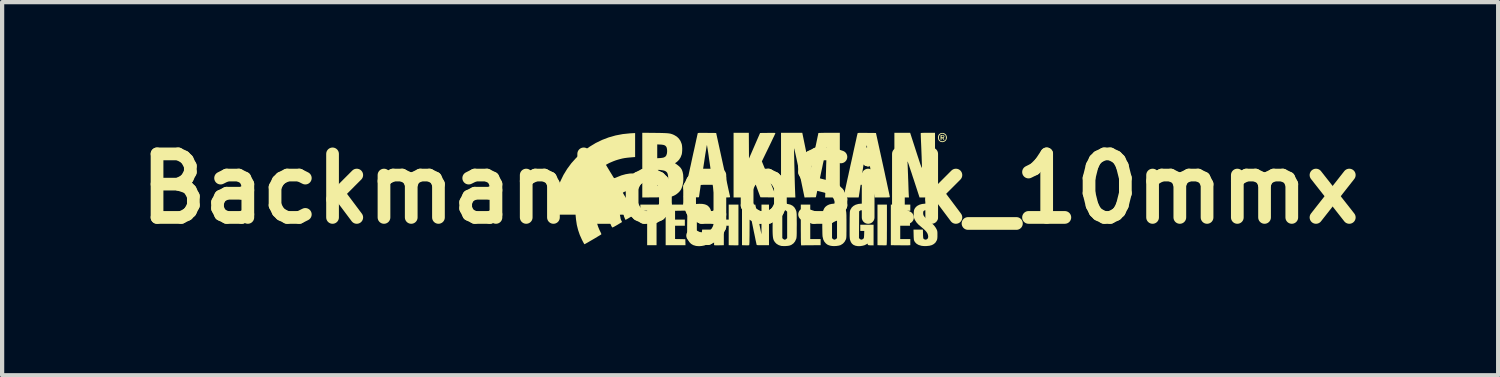
<source format=kicad_pcb>
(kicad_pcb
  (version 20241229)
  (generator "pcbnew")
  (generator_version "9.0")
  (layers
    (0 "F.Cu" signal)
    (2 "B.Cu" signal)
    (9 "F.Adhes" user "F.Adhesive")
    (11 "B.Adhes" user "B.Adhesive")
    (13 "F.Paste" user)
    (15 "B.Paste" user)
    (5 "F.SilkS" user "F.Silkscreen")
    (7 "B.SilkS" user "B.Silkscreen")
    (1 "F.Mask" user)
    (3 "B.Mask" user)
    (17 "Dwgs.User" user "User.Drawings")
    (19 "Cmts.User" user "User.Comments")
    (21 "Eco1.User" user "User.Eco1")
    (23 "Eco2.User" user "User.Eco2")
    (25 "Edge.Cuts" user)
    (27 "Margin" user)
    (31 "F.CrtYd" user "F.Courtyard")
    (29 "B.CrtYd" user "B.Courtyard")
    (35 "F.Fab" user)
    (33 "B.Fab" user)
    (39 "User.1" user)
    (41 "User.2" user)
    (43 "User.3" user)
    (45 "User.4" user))
  (footprint "BackmanLogoSilk_10mmx"
    (layer "F.Cu")
    (at 14.657 1.404)
    (property "Reference" "BackmanLogoSilk_10mmx" (at 0 0 0) (layer "F.SilkS") (effects (font (size 1.5 1.5) (thickness 0.3))))
    (attr board_only exclude_from_pos_files exclude_from_bom)
    (fp_poly (pts (xy -2.049 0.447) (xy -2.051 0.518) (xy -2.13 0.52) (xy -2.209 0.522) (xy -2.209 0.928) (xy -2.209 1.334) (xy -2.32 1.334) (xy -2.431 1.334) (xy -2.431 0.928) (xy -2.431 0.521) (xy -2.512 0.521) (xy -2.592 0.521) (xy -2.592 0.449) (xy -2.592 0.376) (xy -2.32 0.376) (xy -2.047 0.376)) (stroke (width 0) (type solid)) (fill yes) (layer "F.SilkS"))
    (fp_poly (pts (xy 3.229 0.854) (xy 3.229 0.956) (xy 3.228 1.043) (xy 3.228 1.117) (xy 3.228 1.178) (xy 3.227 1.228) (xy 3.226 1.267) (xy 3.225 1.296) (xy 3.223 1.317) (xy 3.222 1.329) (xy 3.22 1.335) (xy 3.219 1.336) (xy 3.208 1.336) (xy 3.185 1.337) (xy 3.153 1.337) (xy 3.115 1.336) (xy 3.108 1.336) (xy 3.006 1.334) (xy 3.006 0.855) (xy 3.006 0.376) (xy 3.117 0.376) (xy 3.229 0.376)) (stroke (width 0) (type solid)) (fill yes) (layer "F.SilkS"))
    (fp_poly (pts (xy -1.528 0.447) (xy -1.53 0.518) (xy -1.651 0.52) (xy -1.772 0.522) (xy -1.772 0.625) (xy -1.772 0.729) (xy -1.657 0.729) (xy -1.541 0.729) (xy -1.541 0.801) (xy -1.541 0.874) (xy -1.657 0.874) (xy -1.772 0.874) (xy -1.772 1.031) (xy -1.772 1.188) (xy -1.651 1.19) (xy -1.53 1.193) (xy -1.528 1.263) (xy -1.526 1.334) (xy -1.76 1.334) (xy -1.994 1.334) (xy -1.994 0.855) (xy -1.994 0.376) (xy -1.76 0.376) (xy -1.526 0.376)) (stroke (width 0) (type solid)) (fill yes) (layer "F.SilkS"))
    (fp_poly (pts (xy 1.419 0.782) (xy 1.419 1.189) (xy 1.541 1.189) (xy 1.664 1.189) (xy 1.664 1.262) (xy 1.664 1.334) (xy 1.451 1.335) (xy 1.395 1.335) (xy 1.344 1.336) (xy 1.299 1.336) (xy 1.264 1.337) (xy 1.239 1.337) (xy 1.227 1.338) (xy 1.227 1.338) (xy 1.21 1.338) (xy 1.206 1.337) (xy 1.204 1.333) (xy 1.202 1.322) (xy 1.201 1.304) (xy 1.199 1.278) (xy 1.198 1.242) (xy 1.198 1.196) (xy 1.197 1.139) (xy 1.197 1.069) (xy 1.196 0.986) (xy 1.196 0.889) (xy 1.196 0.854) (xy 1.196 0.376) (xy 1.308 0.376) (xy 1.419 0.376)) (stroke (width 0) (type solid)) (fill yes) (layer "F.SilkS"))
    (fp_poly (pts (xy 3.781 0.449) (xy 3.781 0.521) (xy 3.662 0.521) (xy 3.543 0.521) (xy 3.543 0.625) (xy 3.543 0.729) (xy 3.658 0.729) (xy 3.773 0.729) (xy 3.773 0.801) (xy 3.773 0.874) (xy 3.658 0.874) (xy 3.543 0.874) (xy 3.543 1.031) (xy 3.543 1.189) (xy 3.662 1.189) (xy 3.781 1.189) (xy 3.781 1.261) (xy 3.781 1.333) (xy 3.76 1.335) (xy 3.747 1.336) (xy 3.72 1.337) (xy 3.683 1.337) (xy 3.638 1.337) (xy 3.586 1.337) (xy 3.53 1.336) (xy 3.321 1.334) (xy 3.321 0.855) (xy 3.321 0.376) (xy 3.551 0.376) (xy 3.781 0.376)) (stroke (width 0) (type solid)) (fill yes) (layer "F.SilkS"))
    (fp_poly (pts (xy -0.621 0.552) (xy -0.621 0.729) (xy -0.564 0.729) (xy -0.506 0.729) (xy -0.506 0.552) (xy -0.506 0.376) (xy -0.391 0.376) (xy -0.276 0.376) (xy -0.276 0.855) (xy -0.276 1.333) (xy -0.293 1.336) (xy -0.307 1.337) (xy -0.333 1.337) (xy -0.367 1.337) (xy -0.406 1.336) (xy -0.408 1.336) (xy -0.506 1.334) (xy -0.506 1.104) (xy -0.506 0.874) (xy -0.564 0.874) (xy -0.621 0.874) (xy -0.621 1.104) (xy -0.621 1.334) (xy -0.711 1.336) (xy -0.75 1.337) (xy -0.785 1.337) (xy -0.812 1.337) (xy -0.826 1.336) (xy -0.851 1.333) (xy -0.851 0.855) (xy -0.851 0.376) (xy -0.736 0.376) (xy -0.621 0.376)) (stroke (width 0) (type solid)) (fill yes) (layer "F.SilkS"))
    (fp_poly (pts (xy 4.555 -1.264) (xy 4.572 -1.259) (xy 4.577 -1.256) (xy 4.585 -1.239) (xy 4.584 -1.22) (xy 4.574 -1.206) (xy 4.573 -1.205) (xy 4.565 -1.198) (xy 4.565 -1.189) (xy 4.571 -1.176) (xy 4.579 -1.159) (xy 4.585 -1.148) (xy 4.585 -1.148) (xy 4.582 -1.143) (xy 4.579 -1.143) (xy 4.57 -1.149) (xy 4.558 -1.163) (xy 4.554 -1.169) (xy 4.538 -1.19) (xy 4.526 -1.195) (xy 4.519 -1.187) (xy 4.517 -1.17) (xy 4.515 -1.149) (xy 4.508 -1.143) (xy 4.499 -1.148) (xy 4.497 -1.157) (xy 4.495 -1.178) (xy 4.494 -1.206) (xy 4.494 -1.209) (xy 4.494 -1.231) (xy 4.517 -1.231) (xy 4.52 -1.216) (xy 4.533 -1.212) (xy 4.535 -1.212) (xy 4.554 -1.216) (xy 4.563 -1.223) (xy 4.569 -1.237) (xy 4.56 -1.246) (xy 4.54 -1.25) (xy 4.54 -1.25) (xy 4.523 -1.248) (xy 4.518 -1.239) (xy 4.517 -1.231) (xy 4.494 -1.231) (xy 4.494 -1.265) (xy 4.531 -1.265)) (stroke (width 0) (type solid)) (fill yes) (layer "F.SilkS"))
    (fp_poly (pts (xy 4.564 -1.314) (xy 4.597 -1.3) (xy 4.623 -1.276) (xy 4.64 -1.243) (xy 4.645 -1.205) (xy 4.645 -1.197) (xy 4.634 -1.159) (xy 4.612 -1.128) (xy 4.582 -1.108) (xy 4.547 -1.098) (xy 4.509 -1.102) (xy 4.487 -1.11) (xy 4.458 -1.132) (xy 4.439 -1.165) (xy 4.435 -1.192) (xy 4.457 -1.192) (xy 4.467 -1.158) (xy 4.483 -1.136) (xy 4.504 -1.124) (xy 4.534 -1.12) (xy 4.538 -1.12) (xy 4.565 -1.123) (xy 4.587 -1.135) (xy 4.596 -1.142) (xy 4.61 -1.157) (xy 4.618 -1.171) (xy 4.62 -1.191) (xy 4.621 -1.207) (xy 4.619 -1.234) (xy 4.614 -1.252) (xy 4.603 -1.267) (xy 4.601 -1.269) (xy 4.572 -1.289) (xy 4.541 -1.298) (xy 4.51 -1.294) (xy 4.484 -1.279) (xy 4.471 -1.263) (xy 4.458 -1.229) (xy 4.457 -1.192) (xy 4.435 -1.192) (xy 4.433 -1.207) (xy 4.433 -1.208) (xy 4.439 -1.25) (xy 4.457 -1.282) (xy 4.487 -1.306) (xy 4.49 -1.307) (xy 4.528 -1.317)) (stroke (width 0) (type solid)) (fill yes) (layer "F.SilkS"))
    (fp_poly (pts (xy 0.131 0.42) (xy 0.134 0.437) (xy 0.141 0.467) (xy 0.149 0.509) (xy 0.16 0.56) (xy 0.172 0.618) (xy 0.185 0.682) (xy 0.199 0.75) (xy 0.204 0.771) (xy 0.267 1.078) (xy 0.268 0.727) (xy 0.268 0.376) (xy 0.357 0.376) (xy 0.445 0.376) (xy 0.445 0.855) (xy 0.445 1.334) (xy 0.3 1.334) (xy 0.25 1.334) (xy 0.212 1.334) (xy 0.186 1.333) (xy 0.169 1.332) (xy 0.159 1.329) (xy 0.154 1.325) (xy 0.152 1.32) (xy 0.151 1.317) (xy 0.149 1.306) (xy 0.144 1.282) (xy 0.136 1.246) (xy 0.126 1.199) (xy 0.115 1.143) (xy 0.102 1.08) (xy 0.087 1.01) (xy 0.072 0.936) (xy 0.068 0.916) (xy -0.012 0.533) (xy -0.013 0.933) (xy -0.014 1.022) (xy -0.014 1.096) (xy -0.015 1.158) (xy -0.016 1.208) (xy -0.016 1.248) (xy -0.017 1.278) (xy -0.019 1.3) (xy -0.02 1.316) (xy -0.022 1.326) (xy -0.024 1.332) (xy -0.027 1.335) (xy -0.029 1.335) (xy -0.042 1.336) (xy -0.066 1.337) (xy -0.098 1.337) (xy -0.117 1.336) (xy -0.192 1.334) (xy -0.192 0.855) (xy -0.192 0.376) (xy -0.035 0.376) (xy 0.122 0.376)) (stroke (width 0) (type solid)) (fill yes) (layer "F.SilkS"))
    (fp_poly (pts (xy -0.029 -1.016) (xy -0.027 -0.712) (xy 0.104 -1.014) (xy 0.235 -1.315) (xy 0.417 -1.317) (xy 0.474 -1.318) (xy 0.518 -1.318) (xy 0.55 -1.318) (xy 0.572 -1.317) (xy 0.586 -1.316) (xy 0.593 -1.313) (xy 0.596 -1.31) (xy 0.595 -1.306) (xy 0.595 -1.305) (xy 0.59 -1.295) (xy 0.58 -1.273) (xy 0.565 -1.24) (xy 0.544 -1.198) (xy 0.52 -1.147) (xy 0.493 -1.09) (xy 0.463 -1.028) (xy 0.434 -0.968) (xy 0.277 -0.645) (xy 0.449 -0.222) (xy 0.48 -0.146) (xy 0.509 -0.074) (xy 0.536 -0.008) (xy 0.56 0.052) (xy 0.581 0.103) (xy 0.598 0.145) (xy 0.611 0.177) (xy 0.619 0.197) (xy 0.621 0.204) (xy 0.614 0.205) (xy 0.593 0.205) (xy 0.561 0.206) (xy 0.521 0.206) (xy 0.473 0.206) (xy 0.432 0.205) (xy 0.243 0.203) (xy 0.147 -0.056) (xy 0.124 -0.115) (xy 0.104 -0.17) (xy 0.085 -0.218) (xy 0.07 -0.258) (xy 0.058 -0.289) (xy 0.05 -0.308) (xy 0.046 -0.314) (xy 0.041 -0.308) (xy 0.031 -0.291) (xy 0.017 -0.265) (xy 0.005 -0.243) (xy -0.031 -0.173) (xy -0.031 0.017) (xy -0.031 0.207) (xy -0.211 0.207) (xy -0.391 0.207) (xy -0.391 -0.556) (xy -0.391 -1.319) (xy -0.211 -1.319) (xy -0.031 -1.319)) (stroke (width 0) (type solid)) (fill yes) (layer "F.SilkS"))
    (fp_poly (pts (xy 4.364 -0.556) (xy 4.364 0.207) (xy 4.181 0.207) (xy 3.999 0.207) (xy 3.862 -0.213) (xy 3.836 -0.29) (xy 3.813 -0.363) (xy 3.79 -0.43) (xy 3.77 -0.49) (xy 3.753 -0.542) (xy 3.739 -0.584) (xy 3.728 -0.615) (xy 3.721 -0.634) (xy 3.718 -0.64) (xy 3.715 -0.637) (xy 3.715 -0.622) (xy 3.716 -0.602) (xy 3.717 -0.584) (xy 3.718 -0.554) (xy 3.72 -0.511) (xy 3.722 -0.459) (xy 3.724 -0.399) (xy 3.727 -0.332) (xy 3.729 -0.261) (xy 3.731 -0.215) (xy 3.734 -0.142) (xy 3.736 -0.073) (xy 3.738 -0.009) (xy 3.74 0.047) (xy 3.742 0.095) (xy 3.744 0.133) (xy 3.745 0.158) (xy 3.746 0.167) (xy 3.749 0.207) (xy 3.577 0.207) (xy 3.405 0.207) (xy 3.405 -0.556) (xy 3.405 -1.319) (xy 3.591 -1.319) (xy 3.777 -1.319) (xy 3.915 -0.892) (xy 3.944 -0.802) (xy 3.969 -0.726) (xy 3.99 -0.662) (xy 4.007 -0.61) (xy 4.021 -0.569) (xy 4.033 -0.538) (xy 4.041 -0.516) (xy 4.047 -0.502) (xy 4.051 -0.495) (xy 4.054 -0.494) (xy 4.055 -0.498) (xy 4.055 -0.501) (xy 4.056 -0.515) (xy 4.055 -0.543) (xy 4.054 -0.583) (xy 4.052 -0.634) (xy 4.05 -0.693) (xy 4.048 -0.76) (xy 4.045 -0.831) (xy 4.042 -0.907) (xy 4.042 -0.913) (xy 4.039 -0.988) (xy 4.036 -1.058) (xy 4.033 -1.123) (xy 4.031 -1.18) (xy 4.029 -1.229) (xy 4.028 -1.266) (xy 4.027 -1.292) (xy 4.026 -1.304) (xy 4.026 -1.305) (xy 4.027 -1.309) (xy 4.03 -1.313) (xy 4.039 -1.315) (xy 4.053 -1.317) (xy 4.076 -1.318) (xy 4.109 -1.319) (xy 4.154 -1.319) (xy 4.195 -1.319) (xy 4.364 -1.319)) (stroke (width 0) (type solid)) (fill yes) (layer "F.SilkS"))
    (fp_poly (pts (xy 2.037 0.356) (xy 2.094 0.367) (xy 2.146 0.386) (xy 2.191 0.413) (xy 2.225 0.448) (xy 2.227 0.451) (xy 2.238 0.467) (xy 2.247 0.482) (xy 2.255 0.498) (xy 2.261 0.515) (xy 2.265 0.535) (xy 2.269 0.56) (xy 2.271 0.592) (xy 2.273 0.632) (xy 2.273 0.682) (xy 2.274 0.744) (xy 2.274 0.818) (xy 2.274 0.855) (xy 2.274 0.932) (xy 2.274 0.995) (xy 2.273 1.046) (xy 2.273 1.086) (xy 2.272 1.117) (xy 2.271 1.141) (xy 2.269 1.16) (xy 2.267 1.174) (xy 2.264 1.186) (xy 2.26 1.197) (xy 2.256 1.206) (xy 2.229 1.255) (xy 2.19 1.297) (xy 2.143 1.327) (xy 2.126 1.335) (xy 2.087 1.345) (xy 2.038 1.352) (xy 1.987 1.355) (xy 1.939 1.353) (xy 1.899 1.347) (xy 1.898 1.347) (xy 1.861 1.336) (xy 1.833 1.325) (xy 1.811 1.311) (xy 1.788 1.292) (xy 1.784 1.288) (xy 1.751 1.249) (xy 1.727 1.2) (xy 1.712 1.139) (xy 1.71 1.13) (xy 1.708 1.105) (xy 1.706 1.068) (xy 1.705 1.02) (xy 1.704 0.965) (xy 1.703 0.905) (xy 1.703 0.843) (xy 1.703 0.782) (xy 1.704 0.723) (xy 1.705 0.671) (xy 1.707 0.627) (xy 1.709 0.594) (xy 1.71 0.58) (xy 1.719 0.544) (xy 1.933 0.544) (xy 1.933 0.855) (xy 1.933 1.166) (xy 1.951 1.185) (xy 1.976 1.201) (xy 2.002 1.202) (xy 2.028 1.187) (xy 2.03 1.186) (xy 2.051 1.167) (xy 2.051 0.855) (xy 2.051 0.543) (xy 2.03 0.525) (xy 2.003 0.509) (xy 1.977 0.509) (xy 1.953 0.524) (xy 1.951 0.525) (xy 1.933 0.544) (xy 1.719 0.544) (xy 1.725 0.516) (xy 1.749 0.464) (xy 1.774 0.431) (xy 1.815 0.398) (xy 1.864 0.374) (xy 1.919 0.36) (xy 1.978 0.353)) (stroke (width 0) (type solid)) (fill yes) (layer "F.SilkS"))
    (fp_poly (pts (xy -1.131 0.359) (xy -1.081 0.367) (xy -1.04 0.38) (xy -1.005 0.399) (xy -0.991 0.411) (xy -0.961 0.443) (xy -0.938 0.481) (xy -0.923 0.528) (xy -0.915 0.586) (xy -0.913 0.649) (xy -0.913 0.713) (xy -1.028 0.713) (xy -1.143 0.713) (xy -1.143 0.629) (xy -1.143 0.591) (xy -1.144 0.566) (xy -1.146 0.549) (xy -1.151 0.538) (xy -1.158 0.528) (xy -1.162 0.525) (xy -1.18 0.512) (xy -1.2 0.506) (xy -1.2 0.506) (xy -1.219 0.511) (xy -1.238 0.524) (xy -1.239 0.525) (xy -1.258 0.544) (xy -1.258 0.855) (xy -1.258 1.166) (xy -1.239 1.185) (xy -1.22 1.198) (xy -1.201 1.204) (xy -1.2 1.204) (xy -1.181 1.199) (xy -1.162 1.186) (xy -1.162 1.185) (xy -1.15 1.17) (xy -1.144 1.152) (xy -1.143 1.125) (xy -1.142 1.096) (xy -1.14 1.059) (xy -1.138 1.025) (xy -1.133 0.966) (xy -1.022 0.966) (xy -0.911 0.966) (xy -0.915 1.068) (xy -0.918 1.126) (xy -0.923 1.171) (xy -0.93 1.202) (xy -0.931 1.205) (xy -0.954 1.249) (xy -0.988 1.289) (xy -1.028 1.319) (xy -1.035 1.323) (xy -1.083 1.341) (xy -1.141 1.352) (xy -1.203 1.357) (xy -1.264 1.353) (xy -1.286 1.349) (xy -1.345 1.331) (xy -1.395 1.301) (xy -1.434 1.261) (xy -1.456 1.225) (xy -1.464 1.204) (xy -1.471 1.182) (xy -1.477 1.156) (xy -1.481 1.125) (xy -1.484 1.087) (xy -1.486 1.04) (xy -1.487 0.984) (xy -1.487 0.915) (xy -1.486 0.833) (xy -1.486 0.819) (xy -1.485 0.746) (xy -1.484 0.688) (xy -1.483 0.641) (xy -1.482 0.605) (xy -1.48 0.577) (xy -1.478 0.556) (xy -1.475 0.539) (xy -1.472 0.526) (xy -1.469 0.518) (xy -1.444 0.465) (xy -1.411 0.423) (xy -1.37 0.392) (xy -1.318 0.371) (xy -1.256 0.36) (xy -1.193 0.357)) (stroke (width 0) (type solid)) (fill yes) (layer "F.SilkS"))
    (fp_poly (pts (xy 0.889 0.361) (xy 0.95 0.376) (xy 1 0.401) (xy 1.04 0.436) (xy 1.07 0.483) (xy 1.086 0.522) (xy 1.09 0.534) (xy 1.093 0.547) (xy 1.095 0.564) (xy 1.097 0.585) (xy 1.099 0.612) (xy 1.099 0.647) (xy 1.1 0.692) (xy 1.1 0.748) (xy 1.101 0.817) (xy 1.101 0.855) (xy 1.1 0.931) (xy 1.1 0.993) (xy 1.1 1.043) (xy 1.099 1.082) (xy 1.098 1.113) (xy 1.096 1.137) (xy 1.094 1.156) (xy 1.092 1.17) (xy 1.088 1.183) (xy 1.086 1.188) (xy 1.06 1.245) (xy 1.024 1.29) (xy 0.977 1.324) (xy 0.942 1.339) (xy 0.915 1.346) (xy 0.877 1.351) (xy 0.835 1.354) (xy 0.792 1.354) (xy 0.754 1.353) (xy 0.73 1.35) (xy 0.673 1.331) (xy 0.623 1.301) (xy 0.584 1.261) (xy 0.56 1.223) (xy 0.552 1.203) (xy 0.545 1.18) (xy 0.54 1.154) (xy 0.536 1.123) (xy 0.533 1.084) (xy 0.531 1.036) (xy 0.53 0.979) (xy 0.53 0.909) (xy 0.531 0.826) (xy 0.531 0.819) (xy 0.532 0.74) (xy 0.533 0.675) (xy 0.535 0.622) (xy 0.538 0.58) (xy 0.541 0.546) (xy 0.542 0.544) (xy 0.759 0.544) (xy 0.759 0.855) (xy 0.759 1.166) (xy 0.778 1.185) (xy 0.797 1.198) (xy 0.816 1.204) (xy 0.817 1.204) (xy 0.836 1.199) (xy 0.855 1.186) (xy 0.855 1.185) (xy 0.874 1.166) (xy 0.874 0.855) (xy 0.874 0.544) (xy 0.855 0.525) (xy 0.837 0.512) (xy 0.817 0.506) (xy 0.817 0.506) (xy 0.798 0.511) (xy 0.779 0.524) (xy 0.778 0.525) (xy 0.759 0.544) (xy 0.542 0.544) (xy 0.547 0.519) (xy 0.554 0.497) (xy 0.564 0.478) (xy 0.575 0.461) (xy 0.59 0.445) (xy 0.606 0.429) (xy 0.639 0.4) (xy 0.674 0.379) (xy 0.714 0.365) (xy 0.763 0.358) (xy 0.817 0.357)) (stroke (width 0) (type solid)) (fill yes) (layer "F.SilkS"))
    (fp_poly (pts (xy 2.688 0.357) (xy 2.748 0.369) (xy 2.8 0.39) (xy 2.843 0.419) (xy 2.849 0.425) (xy 2.872 0.451) (xy 2.888 0.48) (xy 2.9 0.514) (xy 2.907 0.556) (xy 2.912 0.61) (xy 2.912 0.627) (xy 2.916 0.721) (xy 2.805 0.721) (xy 2.694 0.721) (xy 2.69 0.632) (xy 2.689 0.593) (xy 2.687 0.567) (xy 2.684 0.55) (xy 2.679 0.538) (xy 2.672 0.53) (xy 2.666 0.524) (xy 2.639 0.509) (xy 2.613 0.509) (xy 2.591 0.521) (xy 2.573 0.535) (xy 2.571 0.851) (xy 2.569 1.166) (xy 2.588 1.185) (xy 2.612 1.201) (xy 2.638 1.202) (xy 2.665 1.187) (xy 2.666 1.186) (xy 2.676 1.177) (xy 2.682 1.168) (xy 2.686 1.154) (xy 2.688 1.134) (xy 2.69 1.104) (xy 2.691 1.082) (xy 2.694 0.997) (xy 2.647 0.997) (xy 2.6 0.997) (xy 2.6 0.924) (xy 2.6 0.851) (xy 2.757 0.851) (xy 2.914 0.851) (xy 2.914 1.095) (xy 2.914 1.338) (xy 2.853 1.337) (xy 2.818 1.336) (xy 2.795 1.333) (xy 2.783 1.328) (xy 2.777 1.32) (xy 2.776 1.311) (xy 2.775 1.3) (xy 2.771 1.297) (xy 2.759 1.303) (xy 2.74 1.315) (xy 2.699 1.335) (xy 2.649 1.348) (xy 2.595 1.356) (xy 2.542 1.356) (xy 2.494 1.348) (xy 2.488 1.347) (xy 2.44 1.327) (xy 2.405 1.299) (xy 2.379 1.262) (xy 2.36 1.214) (xy 2.358 1.206) (xy 2.355 1.192) (xy 2.353 1.176) (xy 2.351 1.155) (xy 2.349 1.128) (xy 2.348 1.094) (xy 2.348 1.051) (xy 2.348 0.998) (xy 2.348 0.933) (xy 2.348 0.854) (xy 2.348 0.846) (xy 2.349 0.768) (xy 2.349 0.705) (xy 2.35 0.653) (xy 2.351 0.612) (xy 2.352 0.58) (xy 2.353 0.556) (xy 2.355 0.538) (xy 2.358 0.524) (xy 2.361 0.513) (xy 2.364 0.503) (xy 2.368 0.495) (xy 2.398 0.445) (xy 2.439 0.407) (xy 2.49 0.379) (xy 2.552 0.361) (xy 2.558 0.36) (xy 2.624 0.353)) (stroke (width 0) (type solid)) (fill yes) (layer "F.SilkS"))
    (fp_poly (pts (xy 2.117 -0.556) (xy 2.117 0.207) (xy 1.943 0.207) (xy 1.77 0.207) (xy 1.775 0.094) (xy 1.776 0.063) (xy 1.777 0.019) (xy 1.779 -0.036) (xy 1.781 -0.1) (xy 1.784 -0.172) (xy 1.786 -0.248) (xy 1.788 -0.327) (xy 1.791 -0.406) (xy 1.793 -0.486) (xy 1.795 -0.564) (xy 1.798 -0.639) (xy 1.8 -0.709) (xy 1.802 -0.771) (xy 1.803 -0.824) (xy 1.805 -0.865) (xy 1.806 -0.893) (xy 1.806 -0.893) (xy 1.807 -0.929) (xy 1.807 -0.958) (xy 1.806 -0.977) (xy 1.805 -0.983) (xy 1.805 -0.982) (xy 1.802 -0.973) (xy 1.797 -0.95) (xy 1.789 -0.915) (xy 1.779 -0.868) (xy 1.767 -0.81) (xy 1.752 -0.744) (xy 1.737 -0.669) (xy 1.719 -0.588) (xy 1.701 -0.5) (xy 1.681 -0.409) (xy 1.676 -0.384) (xy 1.552 0.203) (xy 1.418 0.205) (xy 1.284 0.207) (xy 1.161 -0.387) (xy 1.137 -0.506) (xy 1.115 -0.611) (xy 1.096 -0.701) (xy 1.08 -0.776) (xy 1.066 -0.838) (xy 1.055 -0.886) (xy 1.047 -0.921) (xy 1.041 -0.942) (xy 1.038 -0.951) (xy 1.037 -0.949) (xy 1.036 -0.936) (xy 1.037 -0.909) (xy 1.037 -0.869) (xy 1.038 -0.82) (xy 1.039 -0.761) (xy 1.041 -0.694) (xy 1.042 -0.622) (xy 1.044 -0.546) (xy 1.046 -0.467) (xy 1.048 -0.386) (xy 1.05 -0.306) (xy 1.052 -0.228) (xy 1.054 -0.154) (xy 1.056 -0.085) (xy 1.058 -0.023) (xy 1.06 0.032) (xy 1.062 0.076) (xy 1.063 0.105) (xy 1.068 0.207) (xy 0.898 0.207) (xy 0.729 0.207) (xy 0.729 -0.556) (xy 0.729 -1.319) (xy 0.98 -1.319) (xy 1.231 -1.319) (xy 1.323 -0.871) (xy 1.339 -0.79) (xy 1.355 -0.715) (xy 1.37 -0.645) (xy 1.383 -0.583) (xy 1.395 -0.53) (xy 1.405 -0.486) (xy 1.412 -0.454) (xy 1.417 -0.434) (xy 1.42 -0.428) (xy 1.422 -0.436) (xy 1.427 -0.457) (xy 1.435 -0.49) (xy 1.444 -0.534) (xy 1.456 -0.586) (xy 1.468 -0.645) (xy 1.482 -0.709) (xy 1.497 -0.777) (xy 1.512 -0.847) (xy 1.528 -0.918) (xy 1.542 -0.987) (xy 1.557 -1.054) (xy 1.57 -1.117) (xy 1.582 -1.174) (xy 1.592 -1.223) (xy 1.601 -1.264) (xy 1.607 -1.293) (xy 1.61 -1.31) (xy 1.611 -1.314) (xy 1.618 -1.315) (xy 1.639 -1.316) (xy 1.671 -1.317) (xy 1.714 -1.318) (xy 1.765 -1.319) (xy 1.822 -1.319) (xy 1.864 -1.319) (xy 2.117 -1.319)) (stroke (width 0) (type solid)) (fill yes) (layer "F.SilkS"))
    (fp_poly (pts (xy 4.183 0.355) (xy 4.253 0.364) (xy 4.309 0.381) (xy 4.354 0.406) (xy 4.388 0.439) (xy 4.406 0.47) (xy 4.414 0.488) (xy 4.419 0.505) (xy 4.422 0.524) (xy 4.424 0.55) (xy 4.425 0.586) (xy 4.425 0.615) (xy 4.425 0.721) (xy 4.314 0.721) (xy 4.203 0.721) (xy 4.203 0.632) (xy 4.202 0.594) (xy 4.202 0.568) (xy 4.199 0.55) (xy 4.195 0.539) (xy 4.188 0.53) (xy 4.184 0.525) (xy 4.159 0.509) (xy 4.13 0.508) (xy 4.103 0.52) (xy 4.102 0.521) (xy 4.091 0.532) (xy 4.086 0.548) (xy 4.084 0.573) (xy 4.084 0.577) (xy 4.086 0.602) (xy 4.092 0.626) (xy 4.105 0.648) (xy 4.124 0.673) (xy 4.153 0.701) (xy 4.192 0.735) (xy 4.222 0.759) (xy 4.276 0.804) (xy 4.318 0.844) (xy 4.351 0.88) (xy 4.377 0.916) (xy 4.398 0.952) (xy 4.401 0.959) (xy 4.41 0.978) (xy 4.416 0.997) (xy 4.419 1.017) (xy 4.421 1.044) (xy 4.421 1.082) (xy 4.421 1.093) (xy 4.421 1.134) (xy 4.419 1.164) (xy 4.416 1.187) (xy 4.411 1.206) (xy 4.403 1.225) (xy 4.376 1.27) (xy 4.338 1.305) (xy 4.291 1.331) (xy 4.232 1.347) (xy 4.161 1.354) (xy 4.16 1.354) (xy 4.104 1.354) (xy 4.056 1.35) (xy 4.037 1.346) (xy 3.977 1.328) (xy 3.93 1.301) (xy 3.894 1.265) (xy 3.878 1.24) (xy 3.872 1.226) (xy 3.867 1.211) (xy 3.864 1.191) (xy 3.862 1.165) (xy 3.86 1.129) (xy 3.859 1.087) (xy 3.856 0.966) (xy 3.967 0.966) (xy 4.078 0.966) (xy 4.081 1.071) (xy 4.082 1.113) (xy 4.084 1.142) (xy 4.086 1.162) (xy 4.089 1.174) (xy 4.095 1.183) (xy 4.102 1.189) (xy 4.102 1.189) (xy 4.129 1.202) (xy 4.157 1.201) (xy 4.183 1.186) (xy 4.184 1.185) (xy 4.196 1.168) (xy 4.202 1.147) (xy 4.203 1.13) (xy 4.198 1.093) (xy 4.185 1.057) (xy 4.162 1.02) (xy 4.128 0.981) (xy 4.081 0.938) (xy 4.034 0.899) (xy 3.973 0.847) (xy 3.926 0.795) (xy 3.892 0.742) (xy 3.886 0.73) (xy 3.875 0.706) (xy 3.868 0.685) (xy 3.864 0.664) (xy 3.862 0.638) (xy 3.862 0.601) (xy 3.862 0.598) (xy 3.863 0.551) (xy 3.868 0.514) (xy 3.877 0.485) (xy 3.892 0.459) (xy 3.914 0.432) (xy 3.914 0.431) (xy 3.952 0.401) (xy 4 0.377) (xy 4.059 0.361) (xy 4.124 0.354)) (stroke (width 0) (type solid)) (fill yes) (layer "F.SilkS"))
    (fp_poly (pts (xy -2.245 -1.317) (xy -2.161 -1.316) (xy -2.091 -1.315) (xy -2.033 -1.313) (xy -1.984 -1.311) (xy -1.945 -1.308) (xy -1.911 -1.304) (xy -1.883 -1.299) (xy -1.858 -1.292) (xy -1.834 -1.284) (xy -1.81 -1.274) (xy -1.787 -1.263) (xy -1.73 -1.228) (xy -1.682 -1.182) (xy -1.644 -1.126) (xy -1.618 -1.062) (xy -1.611 -1.037) (xy -1.606 -0.996) (xy -1.603 -0.948) (xy -1.604 -0.897) (xy -1.608 -0.849) (xy -1.614 -0.811) (xy -1.615 -0.809) (xy -1.64 -0.743) (xy -1.677 -0.684) (xy -1.726 -0.634) (xy -1.756 -0.613) (xy -1.774 -0.601) (xy -1.729 -0.57) (xy -1.678 -0.53) (xy -1.639 -0.49) (xy -1.611 -0.445) (xy -1.593 -0.393) (xy -1.581 -0.331) (xy -1.58 -0.315) (xy -1.576 -0.228) (xy -1.582 -0.144) (xy -1.598 -0.067) (xy -1.623 0.001) (xy -1.637 0.027) (xy -1.661 0.06) (xy -1.694 0.094) (xy -1.732 0.125) (xy -1.77 0.15) (xy -1.781 0.156) (xy -1.804 0.167) (xy -1.826 0.176) (xy -1.846 0.183) (xy -1.868 0.189) (xy -1.893 0.193) (xy -1.923 0.197) (xy -1.959 0.2) (xy -2.002 0.201) (xy -2.056 0.203) (xy -2.121 0.204) (xy -2.199 0.205) (xy -2.23 0.205) (xy -2.546 0.208) (xy -2.546 -0.252) (xy -2.193 -0.252) (xy -2.193 -0.067) (xy -2.11 -0.07) (xy -2.068 -0.073) (xy -2.038 -0.077) (xy -2.016 -0.082) (xy -2.002 -0.089) (xy -1.976 -0.108) (xy -1.957 -0.132) (xy -1.945 -0.164) (xy -1.938 -0.202) (xy -1.934 -0.254) (xy -1.937 -0.303) (xy -1.946 -0.346) (xy -1.96 -0.379) (xy -1.962 -0.382) (xy -1.98 -0.4) (xy -2.003 -0.416) (xy -2.007 -0.418) (xy -2.027 -0.425) (xy -2.056 -0.432) (xy -2.09 -0.437) (xy -2.124 -0.442) (xy -2.154 -0.444) (xy -2.176 -0.443) (xy -2.181 -0.442) (xy -2.185 -0.439) (xy -2.188 -0.432) (xy -2.19 -0.418) (xy -2.192 -0.397) (xy -2.193 -0.367) (xy -2.193 -0.325) (xy -2.193 -0.27) (xy -2.193 -0.252) (xy -2.546 -0.252) (xy -2.546 -0.556) (xy -2.546 -0.882) (xy -2.193 -0.882) (xy -2.193 -0.719) (xy -2.124 -0.723) (xy -2.079 -0.728) (xy -2.044 -0.735) (xy -2.027 -0.742) (xy -1.998 -0.76) (xy -1.979 -0.786) (xy -1.967 -0.821) (xy -1.963 -0.84) (xy -1.959 -0.888) (xy -1.962 -0.933) (xy -1.971 -0.972) (xy -1.979 -0.988) (xy -1.996 -1.009) (xy -2.018 -1.024) (xy -2.049 -1.034) (xy -2.091 -1.04) (xy -2.119 -1.042) (xy -2.193 -1.045) (xy -2.193 -0.882) (xy -2.546 -0.882) (xy -2.546 -1.32)) (stroke (width 0) (type solid)) (fill yes) (layer "F.SilkS"))
    (fp_poly (pts (xy -1.108 -1.318) (xy -1.052 -1.318) (xy -1.018 -1.317) (xy -0.802 -1.315) (xy -0.639 -0.568) (xy -0.616 -0.463) (xy -0.594 -0.362) (xy -0.574 -0.266) (xy -0.554 -0.177) (xy -0.536 -0.095) (xy -0.52 -0.021) (xy -0.506 0.044) (xy -0.494 0.098) (xy -0.484 0.142) (xy -0.477 0.173) (xy -0.474 0.19) (xy -0.473 0.194) (xy -0.473 0.198) (xy -0.476 0.201) (xy -0.484 0.204) (xy -0.499 0.205) (xy -0.522 0.206) (xy -0.556 0.207) (xy -0.602 0.207) (xy -0.651 0.207) (xy -0.833 0.207) (xy -0.859 0.058) (xy -0.885 -0.092) (xy -1.025 -0.092) (xy -1.07 -0.092) (xy -1.109 -0.091) (xy -1.139 -0.09) (xy -1.159 -0.088) (xy -1.166 -0.086) (xy -1.168 -0.077) (xy -1.171 -0.055) (xy -1.175 -0.023) (xy -1.181 0.016) (xy -1.188 0.061) (xy -1.188 0.061) (xy -1.208 0.203) (xy -1.39 0.205) (xy -1.449 0.206) (xy -1.495 0.206) (xy -1.528 0.205) (xy -1.55 0.204) (xy -1.563 0.202) (xy -1.568 0.199) (xy -1.568 0.198) (xy -1.566 0.189) (xy -1.561 0.166) (xy -1.553 0.131) (xy -1.543 0.083) (xy -1.53 0.025) (xy -1.515 -0.043) (xy -1.498 -0.121) (xy -1.479 -0.205) (xy -1.459 -0.297) (xy -1.443 -0.371) (xy -1.126 -0.371) (xy -1.125 -0.366) (xy -1.118 -0.363) (xy -1.103 -0.361) (xy -1.079 -0.361) (xy -1.043 -0.36) (xy -1.024 -0.36) (xy -0.918 -0.36) (xy -0.922 -0.382) (xy -0.924 -0.394) (xy -0.928 -0.419) (xy -0.933 -0.456) (xy -0.94 -0.503) (xy -0.948 -0.559) (xy -0.957 -0.621) (xy -0.967 -0.687) (xy -0.971 -0.713) (xy -0.98 -0.781) (xy -0.989 -0.843) (xy -0.998 -0.899) (xy -1.005 -0.947) (xy -1.012 -0.986) (xy -1.016 -1.013) (xy -1.019 -1.028) (xy -1.02 -1.03) (xy -1.022 -1.023) (xy -1.026 -1.004) (xy -1.032 -0.972) (xy -1.039 -0.929) (xy -1.047 -0.878) (xy -1.057 -0.819) (xy -1.067 -0.754) (xy -1.073 -0.715) (xy -1.083 -0.646) (xy -1.093 -0.582) (xy -1.102 -0.523) (xy -1.11 -0.472) (xy -1.116 -0.43) (xy -1.121 -0.4) (xy -1.124 -0.382) (xy -1.125 -0.378) (xy -1.126 -0.371) (xy -1.443 -0.371) (xy -1.438 -0.394) (xy -1.416 -0.496) (xy -1.403 -0.552) (xy -1.381 -0.656) (xy -1.359 -0.757) (xy -1.338 -0.852) (xy -1.318 -0.94) (xy -1.3 -1.022) (xy -1.284 -1.095) (xy -1.27 -1.16) (xy -1.258 -1.213) (xy -1.249 -1.256) (xy -1.242 -1.286) (xy -1.238 -1.303) (xy -1.238 -1.306) (xy -1.236 -1.31) (xy -1.231 -1.313) (xy -1.222 -1.315) (xy -1.207 -1.317) (xy -1.184 -1.318) (xy -1.151 -1.318)) (stroke (width 0) (type solid)) (fill yes) (layer "F.SilkS"))
    (fp_poly (pts (xy 2.665 -1.318) (xy 2.721 -1.318) (xy 2.755 -1.317) (xy 2.97 -1.315) (xy 3.134 -0.568) (xy 3.157 -0.463) (xy 3.179 -0.362) (xy 3.199 -0.266) (xy 3.219 -0.177) (xy 3.236 -0.095) (xy 3.252 -0.021) (xy 3.266 0.044) (xy 3.278 0.098) (xy 3.287 0.142) (xy 3.293 0.172) (xy 3.297 0.19) (xy 3.297 0.194) (xy 3.297 0.198) (xy 3.292 0.201) (xy 3.283 0.204) (xy 3.267 0.205) (xy 3.243 0.206) (xy 3.208 0.207) (xy 3.161 0.207) (xy 3.119 0.207) (xy 2.939 0.207) (xy 2.922 0.105) (xy 2.915 0.063) (xy 2.908 0.021) (xy 2.901 -0.015) (xy 2.896 -0.041) (xy 2.896 -0.042) (xy 2.887 -0.088) (xy 2.748 -0.09) (xy 2.609 -0.092) (xy 2.605 -0.071) (xy 2.602 -0.056) (xy 2.598 -0.029) (xy 2.593 0.006) (xy 2.587 0.047) (xy 2.585 0.061) (xy 2.579 0.102) (xy 2.573 0.139) (xy 2.569 0.168) (xy 2.566 0.186) (xy 2.565 0.19) (xy 2.561 0.207) (xy 2.382 0.207) (xy 2.203 0.207) (xy 2.209 0.178) (xy 2.212 0.167) (xy 2.217 0.141) (xy 2.226 0.103) (xy 2.237 0.053) (xy 2.25 -0.007) (xy 2.265 -0.078) (xy 2.282 -0.156) (xy 2.301 -0.243) (xy 2.322 -0.335) (xy 2.328 -0.366) (xy 2.646 -0.366) (xy 2.653 -0.364) (xy 2.673 -0.362) (xy 2.702 -0.361) (xy 2.739 -0.36) (xy 2.749 -0.36) (xy 2.787 -0.361) (xy 2.819 -0.361) (xy 2.841 -0.362) (xy 2.852 -0.363) (xy 2.853 -0.363) (xy 2.852 -0.372) (xy 2.849 -0.394) (xy 2.844 -0.427) (xy 2.838 -0.47) (xy 2.83 -0.52) (xy 2.822 -0.576) (xy 2.814 -0.635) (xy 2.805 -0.697) (xy 2.796 -0.758) (xy 2.787 -0.817) (xy 2.779 -0.872) (xy 2.771 -0.921) (xy 2.765 -0.962) (xy 2.76 -0.994) (xy 2.757 -1.014) (xy 2.756 -1.02) (xy 2.754 -1.023) (xy 2.751 -1.015) (xy 2.747 -0.997) (xy 2.741 -0.967) (xy 2.733 -0.925) (xy 2.724 -0.87) (xy 2.713 -0.801) (xy 2.7 -0.718) (xy 2.699 -0.709) (xy 2.688 -0.639) (xy 2.678 -0.574) (xy 2.669 -0.515) (xy 2.661 -0.463) (xy 2.654 -0.421) (xy 2.65 -0.39) (xy 2.647 -0.371) (xy 2.646 -0.366) (xy 2.328 -0.366) (xy 2.343 -0.433) (xy 2.365 -0.535) (xy 2.373 -0.571) (xy 2.396 -0.674) (xy 2.418 -0.773) (xy 2.438 -0.867) (xy 2.457 -0.954) (xy 2.475 -1.034) (xy 2.491 -1.106) (xy 2.505 -1.169) (xy 2.516 -1.221) (xy 2.525 -1.261) (xy 2.532 -1.289) (xy 2.535 -1.304) (xy 2.535 -1.306) (xy 2.538 -1.31) (xy 2.542 -1.313) (xy 2.551 -1.315) (xy 2.567 -1.317) (xy 2.59 -1.318) (xy 2.622 -1.318)) (stroke (width 0) (type solid)) (fill yes) (layer "F.SilkS"))
    (fp_poly (pts (xy -2.715 -1.03) (xy -2.715 -0.747) (xy -2.828 -0.738) (xy -2.899 -0.731) (xy -2.961 -0.723) (xy -3.018 -0.712) (xy -3.078 -0.697) (xy -3.12 -0.685) (xy -3.169 -0.67) (xy -3.223 -0.65) (xy -3.278 -0.627) (xy -3.328 -0.605) (xy -3.367 -0.584) (xy -3.404 -0.563) (xy -3.312 -0.41) (xy -3.285 -0.366) (xy -3.261 -0.327) (xy -3.241 -0.293) (xy -3.225 -0.268) (xy -3.215 -0.253) (xy -3.213 -0.25) (xy -3.203 -0.25) (xy -3.182 -0.256) (xy -3.153 -0.268) (xy -3.139 -0.274) (xy -3.039 -0.314) (xy -2.938 -0.342) (xy -2.84 -0.358) (xy -2.779 -0.36) (xy -2.715 -0.36) (xy -2.715 -0.17) (xy -2.715 0.021) (xy -2.773 0.026) (xy -2.81 0.03) (xy -2.848 0.036) (xy -2.877 0.043) (xy -2.908 0.052) (xy -2.939 0.063) (xy -2.968 0.074) (xy -2.99 0.085) (xy -3.002 0.094) (xy -3.004 0.098) (xy -2.995 0.115) (xy -2.981 0.138) (xy -2.965 0.165) (xy -2.948 0.191) (xy -2.934 0.214) (xy -2.923 0.231) (xy -2.918 0.238) (xy -2.918 0.238) (xy -2.91 0.235) (xy -2.892 0.228) (xy -2.874 0.222) (xy -2.845 0.213) (xy -2.809 0.205) (xy -2.774 0.201) (xy -2.715 0.197) (xy -2.715 0.289) (xy -2.715 0.381) (xy -2.753 0.387) (xy -2.786 0.392) (xy -2.806 0.398) (xy -2.814 0.404) (xy -2.815 0.407) (xy -2.811 0.416) (xy -2.801 0.435) (xy -2.786 0.46) (xy -2.78 0.47) (xy -2.764 0.497) (xy -2.753 0.518) (xy -2.746 0.531) (xy -2.746 0.533) (xy -2.751 0.541) (xy -2.764 0.553) (xy -2.765 0.554) (xy -2.78 0.572) (xy -2.782 0.594) (xy -2.773 0.622) (xy -2.773 0.629) (xy -2.78 0.638) (xy -2.796 0.651) (xy -2.823 0.668) (xy -2.852 0.686) (xy -2.884 0.705) (xy -2.911 0.72) (xy -2.931 0.731) (xy -2.94 0.736) (xy -2.94 0.736) (xy -2.945 0.73) (xy -2.954 0.713) (xy -2.963 0.69) (xy -2.973 0.666) (xy -2.98 0.645) (xy -2.983 0.631) (xy -2.983 0.63) (xy -2.985 0.621) (xy -2.991 0.616) (xy -3.006 0.614) (xy -3.032 0.614) (xy -3.033 0.614) (xy -3.059 0.614) (xy -3.076 0.617) (xy -3.083 0.62) (xy -3.08 0.637) (xy -3.073 0.663) (xy -3.064 0.694) (xy -3.053 0.724) (xy -3.042 0.748) (xy -3.041 0.75) (xy -3.023 0.787) (xy -3.134 0.854) (xy -3.171 0.875) (xy -3.204 0.894) (xy -3.23 0.907) (xy -3.247 0.915) (xy -3.252 0.916) (xy -3.263 0.903) (xy -3.277 0.879) (xy -3.291 0.846) (xy -3.306 0.808) (xy -3.32 0.768) (xy -3.331 0.729) (xy -3.34 0.695) (xy -3.344 0.667) (xy -3.344 0.663) (xy -3.344 0.646) (xy -3.345 0.634) (xy -3.35 0.625) (xy -3.361 0.619) (xy -3.379 0.616) (xy -3.406 0.614) (xy -3.444 0.614) (xy -3.496 0.614) (xy -3.498 0.614) (xy -3.643 0.614) (xy -3.643 0.643) (xy -3.639 0.696) (xy -3.628 0.759) (xy -3.611 0.826) (xy -3.59 0.893) (xy -3.564 0.958) (xy -3.539 1.01) (xy -3.523 1.043) (xy -3.514 1.064) (xy -3.513 1.077) (xy -3.515 1.08) (xy -3.526 1.087) (xy -3.547 1.1) (xy -3.577 1.118) (xy -3.614 1.14) (xy -3.655 1.165) (xy -3.699 1.191) (xy -3.744 1.217) (xy -3.787 1.242) (xy -3.826 1.265) (xy -3.86 1.284) (xy -3.887 1.299) (xy -3.904 1.309) (xy -3.91 1.311) (xy -3.916 1.305) (xy -3.927 1.287) (xy -3.942 1.26) (xy -3.959 1.227) (xy -3.968 1.21) (xy -4.021 1.092) (xy -4.061 0.975) (xy -4.091 0.855) (xy -4.11 0.727) (xy -4.112 0.707) (xy -4.121 0.614) (xy -4.381 0.614) (xy -4.642 0.614) (xy -4.637 0.508) (xy -4.627 0.376) (xy -4.609 0.252) (xy -4.583 0.131) (xy -4.547 0.007) (xy -4.539 -0.019) (xy -4.479 -0.175) (xy -4.406 -0.325) (xy -4.32 -0.466) (xy -4.221 -0.6) (xy -4.109 -0.725) (xy -3.986 -0.841) (xy -3.851 -0.948) (xy -3.789 -0.991) (xy -3.646 -1.078) (xy -3.495 -1.151) (xy -3.338 -1.211) (xy -3.175 -1.257) (xy -3.006 -1.289) (xy -2.831 -1.307) (xy -2.813 -1.308) (xy -2.715 -1.313)) (stroke (width 0) (type solid)) (fill yes) (layer "F.SilkS")))
  (gr_rect
    (start -3 -3)
    (end 32.314 5.808)
    (stroke (width 0.1) (type default))
    (fill no)
    (layer "Edge.Cuts")))
</source>
